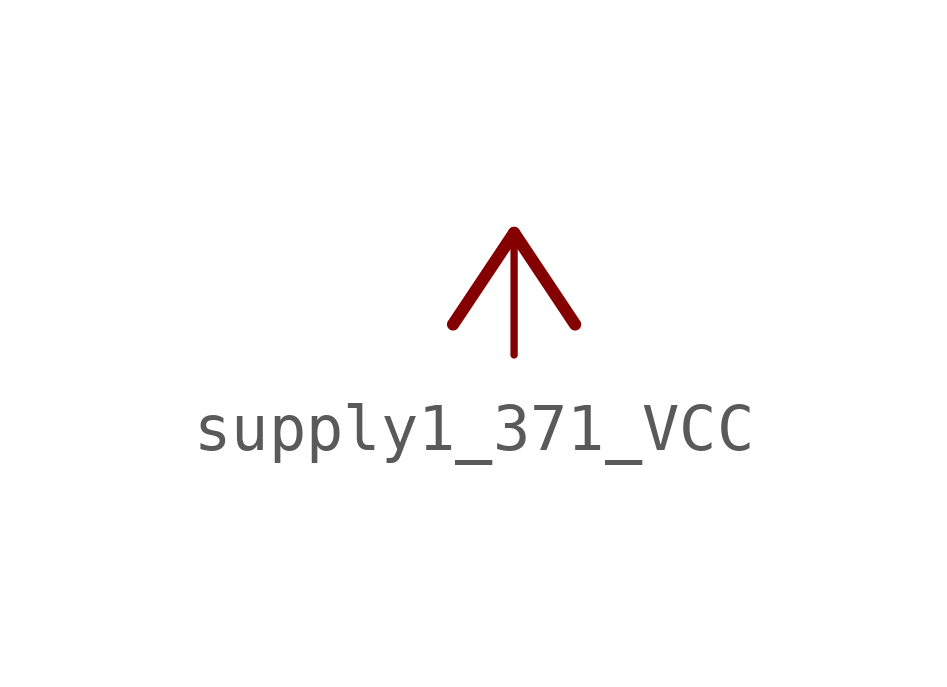
<source format=kicad_sym>
(kicad_symbol_lib
  (version 20241209)
  (generator "kicad_symbol_editor")
  (generator_version "9.0")
  (symbol "supply1_371_VCC"
    (power)
    (property "Reference" "#P+"
      (at 0 0 0)
      (effects (font (size 1.27 1.27)) (hide yes)))
    (property "Value" ""
      (at -2.54 -2.54 90)
      (effects (font (size 1.778 1.511)) (justify left bottom)))
    (property "ki_locked" ""
      (at 0 0 0)
      (effects (font (size 1.27 1.27))))
    (symbol "supply1_371_VCC_1_0"
      (polyline (pts (xy 0 0) (xy -1.27 -1.905)) (stroke (width 0.254) (type solid)) (fill (type none)))
      (polyline (pts (xy 1.27 -1.905) (xy 0 0)) (stroke (width 0.254) (type solid)) (fill (type none)))
      (pin power_in line (at 0 -2.54 90) (length 2.54) (name "VCC" (effects (font (size 0 0)))) (number "1" (effects (font (size 0 0))))))))
</source>
